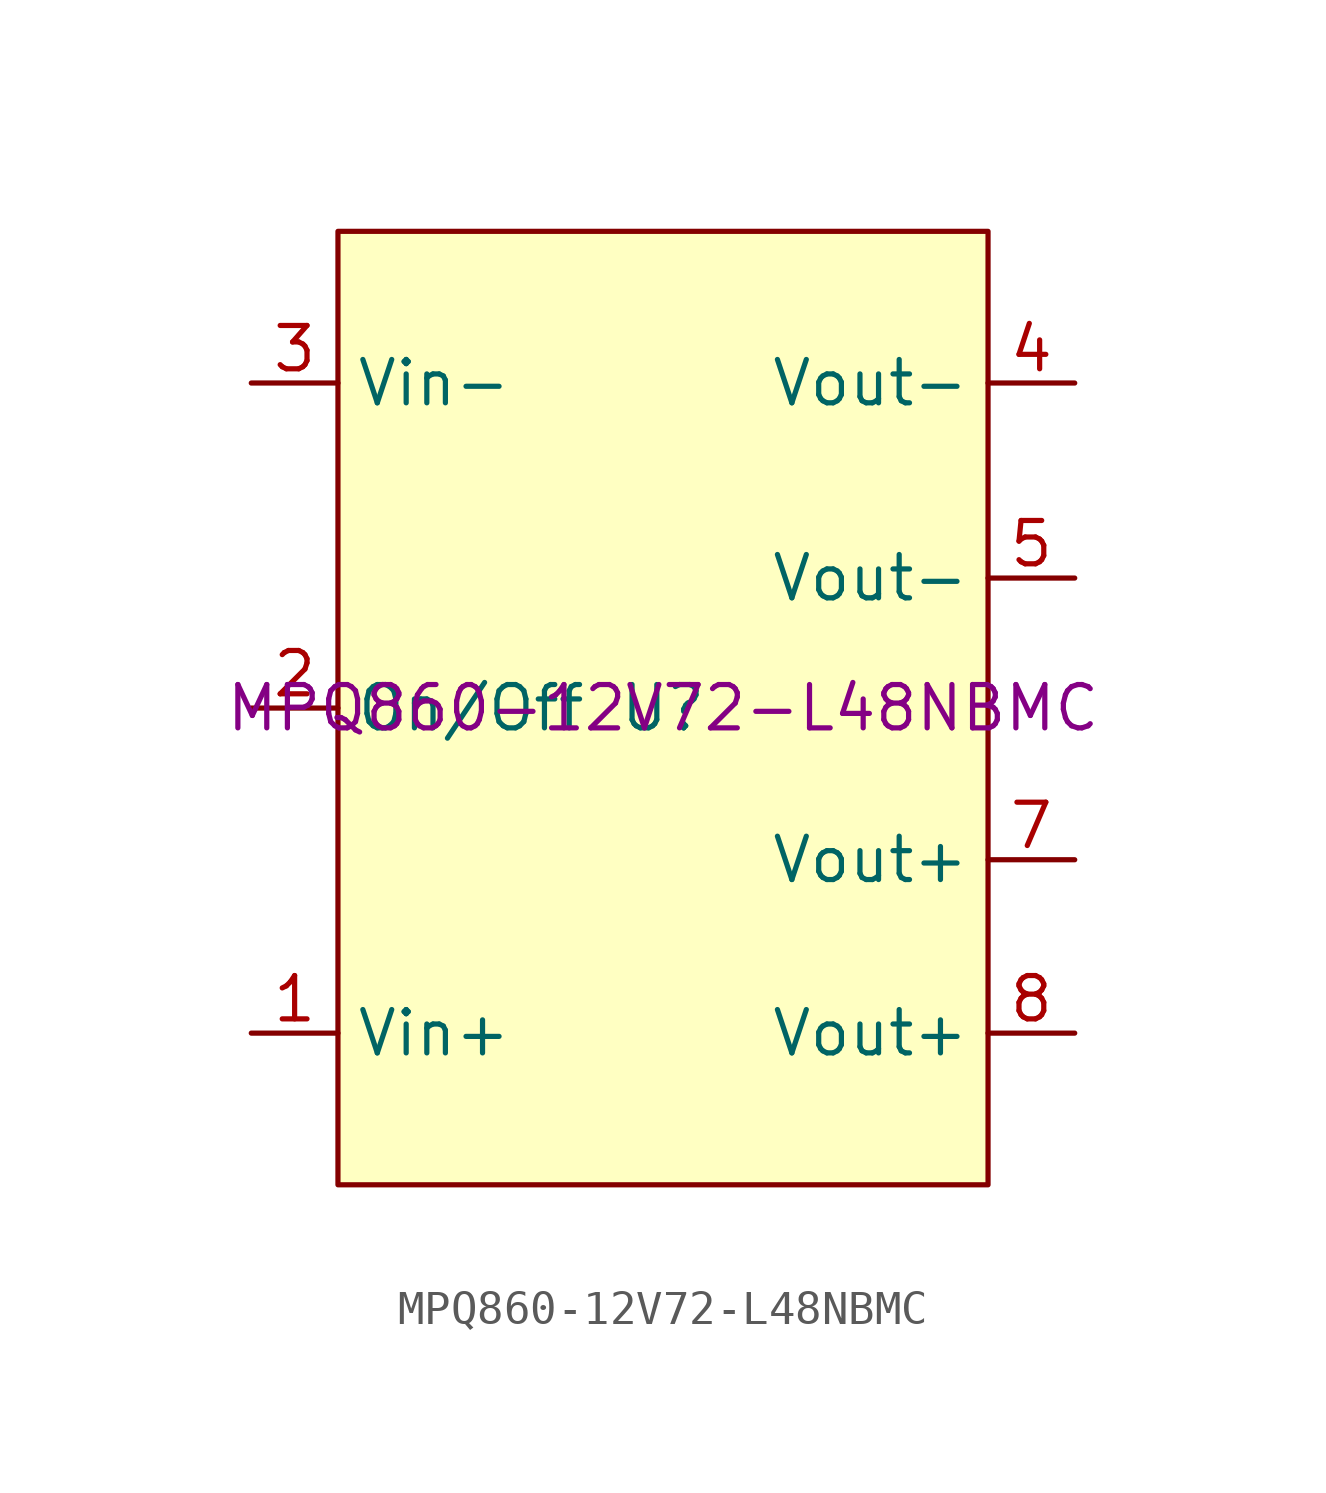
<source format=kicad_sym>
(kicad_symbol_lib
  (version 20231120)
  (generator "kicad_symbol_editor")
  (generator_version "8.0")
  (symbol "MPQ860-12V72-L48NBMC"
    (property "Reference" "U"
      (at 0 0 0)
      (effects (font (size 1.27 1.27))))
    (property "Part #" "MPQ860-12V72-L48NBMC"
      (at 0 0 0)
      (effects (font (size 1.27 1.27))))
    (symbol "MPQ860-12V72-L48NBMC_1_1"
      (rectangle (start -9.525 13.97) (end 9.525 -13.97) (stroke (width 0) (type default)) (fill (type background)))
      (pin power_in line (at -12.065 -9.525 0) (length 2.54) (name "Vin+" (effects (font (size 1.27 1.27)))) (number "1" (effects (font (size 1.27 1.27)))))
      (pin input line (at -12.065 0 0) (length 2.54) (name "On/Off" (effects (font (size 1.27 1.27)))) (number "2" (effects (font (size 1.27 1.27)))))
      (pin power_in line (at -12.065 9.525 0) (length 2.54) (name "Vin-" (effects (font (size 1.27 1.27)))) (number "3" (effects (font (size 1.27 1.27)))))
      (pin power_out line (at 12.065 9.525 180) (length 2.54) (name "Vout-" (effects (font (size 1.27 1.27)))) (number "4" (effects (font (size 1.27 1.27)))))
      (pin power_out line (at 12.065 3.81 180) (length 2.54) (name "Vout-" (effects (font (size 1.27 1.27)))) (number "5" (effects (font (size 1.27 1.27)))))
      (pin power_out line (at 12.065 -4.445 180) (length 2.54) (name "Vout+" (effects (font (size 1.27 1.27)))) (number "7" (effects (font (size 1.27 1.27)))))
      (pin power_out line (at 12.065 -9.525 180) (length 2.54) (name "Vout+" (effects (font (size 1.27 1.27)))) (number "8" (effects (font (size 1.27 1.27))))))))
</source>
